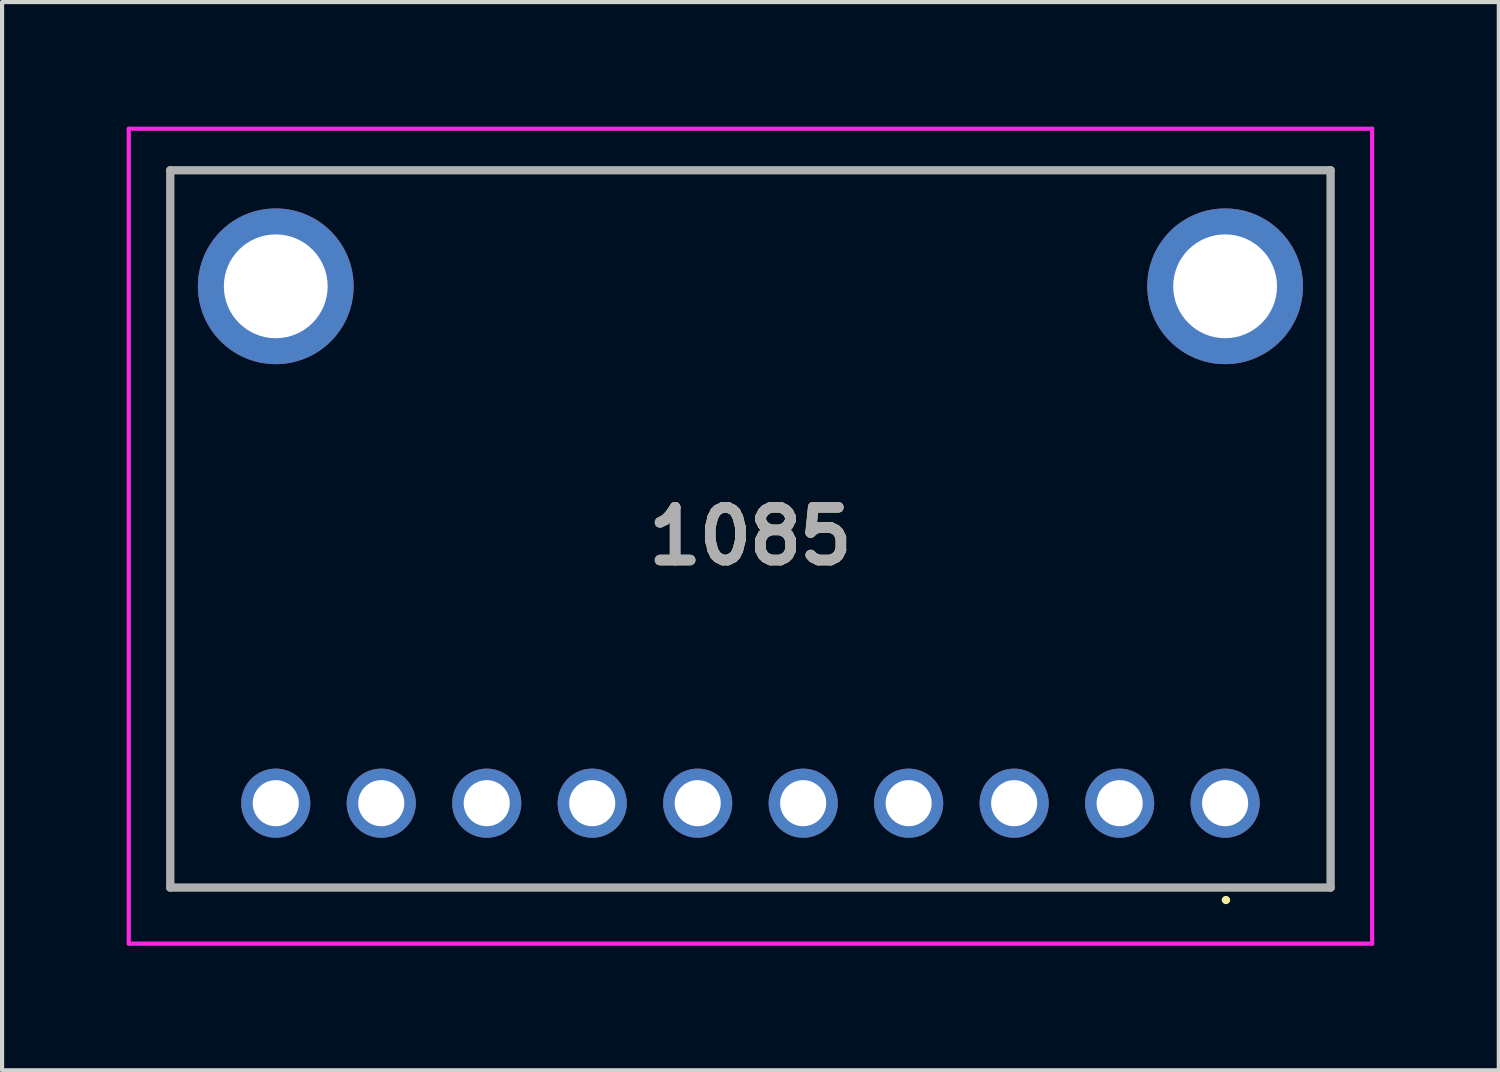
<source format=kicad_pcb>
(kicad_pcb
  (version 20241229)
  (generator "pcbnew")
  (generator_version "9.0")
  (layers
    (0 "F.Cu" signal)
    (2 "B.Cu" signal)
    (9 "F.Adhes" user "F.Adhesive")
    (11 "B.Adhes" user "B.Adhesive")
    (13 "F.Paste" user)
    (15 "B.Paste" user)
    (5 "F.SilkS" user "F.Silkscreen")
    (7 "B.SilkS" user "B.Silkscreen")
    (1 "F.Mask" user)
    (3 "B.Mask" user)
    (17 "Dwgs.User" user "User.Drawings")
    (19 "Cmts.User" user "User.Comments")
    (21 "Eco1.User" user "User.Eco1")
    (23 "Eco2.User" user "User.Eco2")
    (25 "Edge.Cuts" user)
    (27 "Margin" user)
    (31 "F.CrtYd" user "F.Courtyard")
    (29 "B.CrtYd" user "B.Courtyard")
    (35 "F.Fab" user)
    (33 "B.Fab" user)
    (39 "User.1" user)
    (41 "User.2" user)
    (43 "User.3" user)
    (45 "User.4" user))
  (footprint "1085"
    (layer "F.Cu")
    (at 26.45 16.29)
    (property "Reference" "1085" (at -11.43 -6.429 0) (layer "F.SilkS") (effects (font (size 1.27 1.27) (thickness 0.254))))
    (attr through_hole)
    (fp_line (start -25.4 -15.24) (end 2.54 -15.24) (stroke (width 0.1) (type solid)) (layer "F.SilkS"))
    (fp_line (start -25.4 2.032) (end -25.4 -15.24) (stroke (width 0.1) (type solid)) (layer "F.SilkS"))
    (fp_line (start -0.03 2.332) (end -0.03 2.332) (stroke (width 0.1) (type solid)) (layer "F.SilkS"))
    (fp_line (start 0.07 2.332) (end 0.07 2.332) (stroke (width 0.1) (type solid)) (layer "F.SilkS"))
    (fp_line (start 2.54 -15.24) (end 2.54 2.032) (stroke (width 0.1) (type solid)) (layer "F.SilkS"))
    (fp_line (start 2.54 2.032) (end -25.4 2.032) (stroke (width 0.1) (type solid)) (layer "F.SilkS"))
    (fp_arc (start -0.03 2.332) (mid 0.02 2.282) (end 0.07 2.332) (stroke (width 0.1) (type solid)) (layer "F.SilkS"))
    (fp_arc (start 0.07 2.332) (mid 0.02 2.382) (end -0.03 2.332) (stroke (width 0.1) (type solid)) (layer "F.SilkS"))
    (fp_line (start -26.4 -16.24) (end 3.54 -16.24) (stroke (width 0.1) (type solid)) (layer "F.CrtYd"))
    (fp_line (start -26.4 3.382) (end -26.4 -16.24) (stroke (width 0.1) (type solid)) (layer "F.CrtYd"))
    (fp_line (start 3.54 -16.24) (end 3.54 3.382) (stroke (width 0.1) (type solid)) (layer "F.CrtYd"))
    (fp_line (start 3.54 3.382) (end -26.4 3.382) (stroke (width 0.1) (type solid)) (layer "F.CrtYd"))
    (fp_line (start -25.4 -15.24) (end 2.54 -15.24) (stroke (width 0.2) (type solid)) (layer "F.Fab"))
    (fp_line (start -25.4 2.032) (end -25.4 -15.24) (stroke (width 0.2) (type solid)) (layer "F.Fab"))
    (fp_line (start 2.54 -15.24) (end 2.54 2.032) (stroke (width 0.2) (type solid)) (layer "F.Fab"))
    (fp_line (start 2.54 2.032) (end -25.4 2.032) (stroke (width 0.2) (type solid)) (layer "F.Fab"))
    (fp_text user "${REFERENCE}" (at -11.43 -6.429 0) (layer "F.Fab") (effects (font (size 1.27 1.27) (thickness 0.254))))
    (pad "1" thru_hole circle (at 0 0) (size 1.665 1.665) (drill 1.11) (layers "*.Cu" "*.Mask"))
    (pad "2" thru_hole circle (at -2.54 0) (size 1.665 1.665) (drill 1.11) (layers "*.Cu" "*.Mask"))
    (pad "3" thru_hole circle (at -5.08 0) (size 1.665 1.665) (drill 1.11) (layers "*.Cu" "*.Mask"))
    (pad "4" thru_hole circle (at -7.62 0) (size 1.665 1.665) (drill 1.11) (layers "*.Cu" "*.Mask"))
    (pad "5" thru_hole circle (at -10.16 0) (size 1.665 1.665) (drill 1.11) (layers "*.Cu" "*.Mask"))
    (pad "6" thru_hole circle (at -12.7 0) (size 1.665 1.665) (drill 1.11) (layers "*.Cu" "*.Mask"))
    (pad "7" thru_hole circle (at -15.24 0) (size 1.665 1.665) (drill 1.11) (layers "*.Cu" "*.Mask"))
    (pad "8" thru_hole circle (at -17.78 0) (size 1.665 1.665) (drill 1.11) (layers "*.Cu" "*.Mask"))
    (pad "9" thru_hole circle (at -20.32 0) (size 1.665 1.665) (drill 1.11) (layers "*.Cu" "*.Mask"))
    (pad "10" thru_hole circle (at -22.86 0) (size 1.665 1.665) (drill 1.11) (layers "*.Cu" "*.Mask"))
    (pad "MH1" thru_hole circle (at -22.86 -12.446) (size 3.75 3.75) (drill 2.5) (layers "*.Cu" "*.Mask"))
    (pad "MH2" thru_hole circle (at 0 -12.446) (size 3.75 3.75) (drill 2.5) (layers "*.Cu" "*.Mask")))
  (gr_rect
    (start -3 -3)
    (end 33.04 22.722)
    (stroke (width 0.1) (type default))
    (fill no)
    (layer "Edge.Cuts")))
</source>
